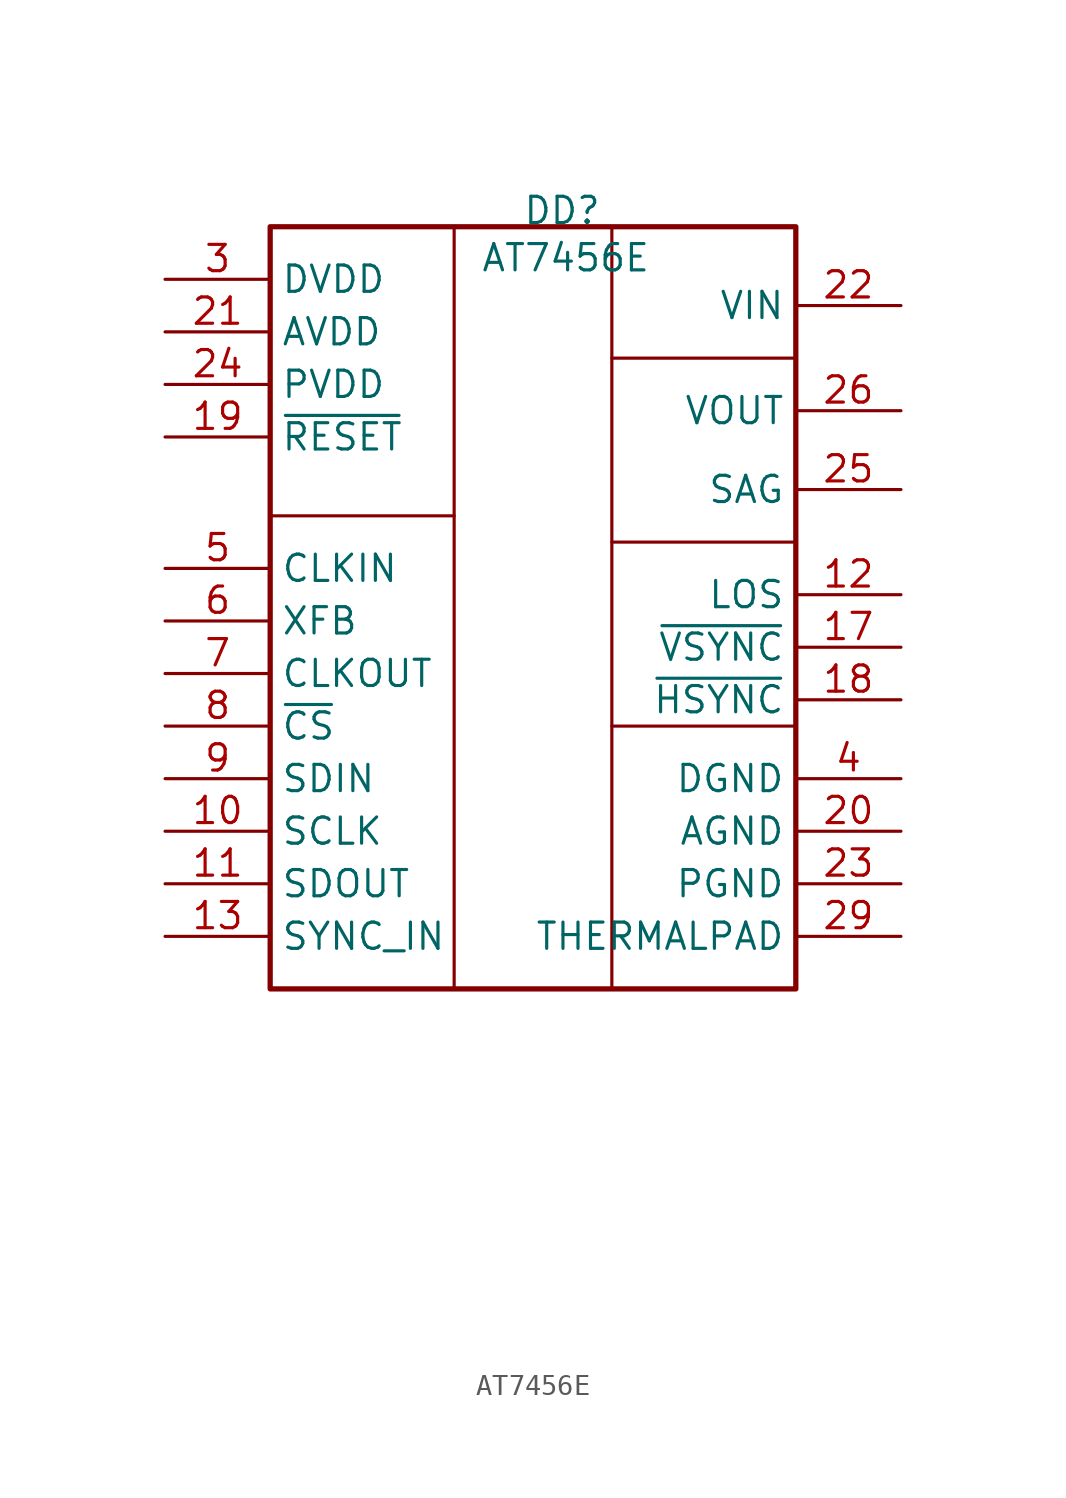
<source format=kicad_sym>
(kicad_symbol_lib
  (version 20241209)
  (generator "kicad_symbol_editor")
  (generator_version "9.0")
  (symbol "AT7456E"
    (property "Reference" "DD"
      (at 17.272 4.064 0)
      (effects (font (size 1.27 1.27)) (justify left top)))
    (property "Value" "AT7456E"
      (at 15.24 1.778 0)
      (effects (font (size 1.27 1.27)) (justify left top)))
    (symbol "AT7456E_0_1"
      (polyline (pts (xy 5.08 -11.43) (xy 13.97 -11.43)) (stroke (width 0) (type default)) (fill (type none)))
      (rectangle (start 13.97 2.54) (end 21.59 -34.29) (stroke (width 0) (type default)) (fill (type none)))
      (polyline (pts (xy 21.59 -3.81) (xy 30.48 -3.81)) (stroke (width 0) (type default)) (fill (type none)))
      (polyline (pts (xy 21.59 -12.7) (xy 30.48 -12.7)) (stroke (width 0) (type default)) (fill (type none)))
      (polyline (pts (xy 21.59 -21.59) (xy 30.48 -21.59)) (stroke (width 0) (type default)) (fill (type none))))
    (symbol "AT7456E_1_1"
      (rectangle (start 5.08 2.54) (end 30.48 -34.29) (stroke (width 0.254) (type solid)) (fill (type none)))
      (pin passive line (at 0 0 0) (length 5.08) (name "DVDD" (effects (font (size 1.27 1.27)))) (number "3" (effects (font (size 1.27 1.27)))))
      (pin passive line (at 0 -2.54 0) (length 5.08) (name "AVDD" (effects (font (size 1.27 1.27)))) (number "21" (effects (font (size 1.27 1.27)))))
      (pin passive line (at 0 -5.08 0) (length 5.08) (name "PVDD" (effects (font (size 1.27 1.27)))) (number "24" (effects (font (size 1.27 1.27)))))
      (pin passive line (at 0 -7.62 0) (length 5.08) (name "~{RESET}" (effects (font (size 1.27 1.27)))) (number "19" (effects (font (size 1.27 1.27)))))
      (pin passive line (at 0 -13.97 0) (length 5.08) (name "CLKIN" (effects (font (size 1.27 1.27)))) (number "5" (effects (font (size 1.27 1.27)))))
      (pin passive line (at 0 -16.51 0) (length 5.08) (name "XFB" (effects (font (size 1.27 1.27)))) (number "6" (effects (font (size 1.27 1.27)))))
      (pin passive line (at 0 -19.05 0) (length 5.08) (name "CLKOUT" (effects (font (size 1.27 1.27)))) (number "7" (effects (font (size 1.27 1.27)))))
      (pin passive line (at 0 -21.59 0) (length 5.08) (name "~{CS}" (effects (font (size 1.27 1.27)))) (number "8" (effects (font (size 1.27 1.27)))))
      (pin passive line (at 0 -24.13 0) (length 5.08) (name "SDIN" (effects (font (size 1.27 1.27)))) (number "9" (effects (font (size 1.27 1.27)))))
      (pin passive line (at 0 -26.67 0) (length 5.08) (name "SCLK" (effects (font (size 1.27 1.27)))) (number "10" (effects (font (size 1.27 1.27)))))
      (pin passive line (at 0 -29.21 0) (length 5.08) (name "SDOUT" (effects (font (size 1.27 1.27)))) (number "11" (effects (font (size 1.27 1.27)))))
      (pin passive line (at 0 -31.75 0) (length 5.08) (name "SYNC_IN" (effects (font (size 1.27 1.27)))) (number "13" (effects (font (size 1.27 1.27)))))
      (pin passive line (at 15.24 -36.83 0) (length 5.08) (hide yes) (name "N.C._1" (effects (font (size 1.27 1.27)))) (number "1" (effects (font (size 1.27 1.27)))))
      (pin passive line (at 15.24 -39.37 0) (length 5.08) (hide yes) (name "N.C._2" (effects (font (size 1.27 1.27)))) (number "2" (effects (font (size 1.27 1.27)))))
      (pin passive line (at 15.24 -40.64 0) (length 5.08) (hide yes) (name "N.C._4" (effects (font (size 1.27 1.27)))) (number "15" (effects (font (size 1.27 1.27)))))
      (pin passive line (at 15.24 -40.64 0) (length 5.08) (hide yes) (name "N.C._5" (effects (font (size 1.27 1.27)))) (number "16" (effects (font (size 1.27 1.27)))))
      (pin passive line (at 15.24 -40.64 0) (length 5.08) (hide yes) (name "N.C._6" (effects (font (size 1.27 1.27)))) (number "27" (effects (font (size 1.27 1.27)))))
      (pin passive line (at 15.24 -40.64 0) (length 5.08) (hide yes) (name "N.C._7" (effects (font (size 1.27 1.27)))) (number "28" (effects (font (size 1.27 1.27)))))
      (pin passive line (at 15.24 -46.99 0) (length 5.08) (hide yes) (name "N.C._3" (effects (font (size 1.27 1.27)))) (number "14" (effects (font (size 1.27 1.27)))))
      (pin passive line (at 35.56 -1.27 180) (length 5.08) (name "VIN" (effects (font (size 1.27 1.27)))) (number "22" (effects (font (size 1.27 1.27)))))
      (pin passive line (at 35.56 -6.35 180) (length 5.08) (name "VOUT" (effects (font (size 1.27 1.27)))) (number "26" (effects (font (size 1.27 1.27)))))
      (pin passive line (at 35.56 -10.16 180) (length 5.08) (name "SAG" (effects (font (size 1.27 1.27)))) (number "25" (effects (font (size 1.27 1.27)))))
      (pin passive line (at 35.56 -15.24 180) (length 5.08) (name "LOS" (effects (font (size 1.27 1.27)))) (number "12" (effects (font (size 1.27 1.27)))))
      (pin passive line (at 35.56 -17.78 180) (length 5.08) (name "~{VSYNC}" (effects (font (size 1.27 1.27)))) (number "17" (effects (font (size 1.27 1.27)))))
      (pin passive line (at 35.56 -20.32 180) (length 5.08) (name "~{HSYNC}" (effects (font (size 1.27 1.27)))) (number "18" (effects (font (size 1.27 1.27)))))
      (pin passive line (at 35.56 -24.13 180) (length 5.08) (name "DGND" (effects (font (size 1.27 1.27)))) (number "4" (effects (font (size 1.27 1.27)))))
      (pin passive line (at 35.56 -26.67 180) (length 5.08) (name "AGND" (effects (font (size 1.27 1.27)))) (number "20" (effects (font (size 1.27 1.27)))))
      (pin passive line (at 35.56 -29.21 180) (length 5.08) (name "PGND" (effects (font (size 1.27 1.27)))) (number "23" (effects (font (size 1.27 1.27)))))
      (pin passive line (at 35.56 -31.75 180) (length 5.08) (name "THERMALPAD" (effects (font (size 1.27 1.27)))) (number "29" (effects (font (size 1.27 1.27))))))))
</source>
